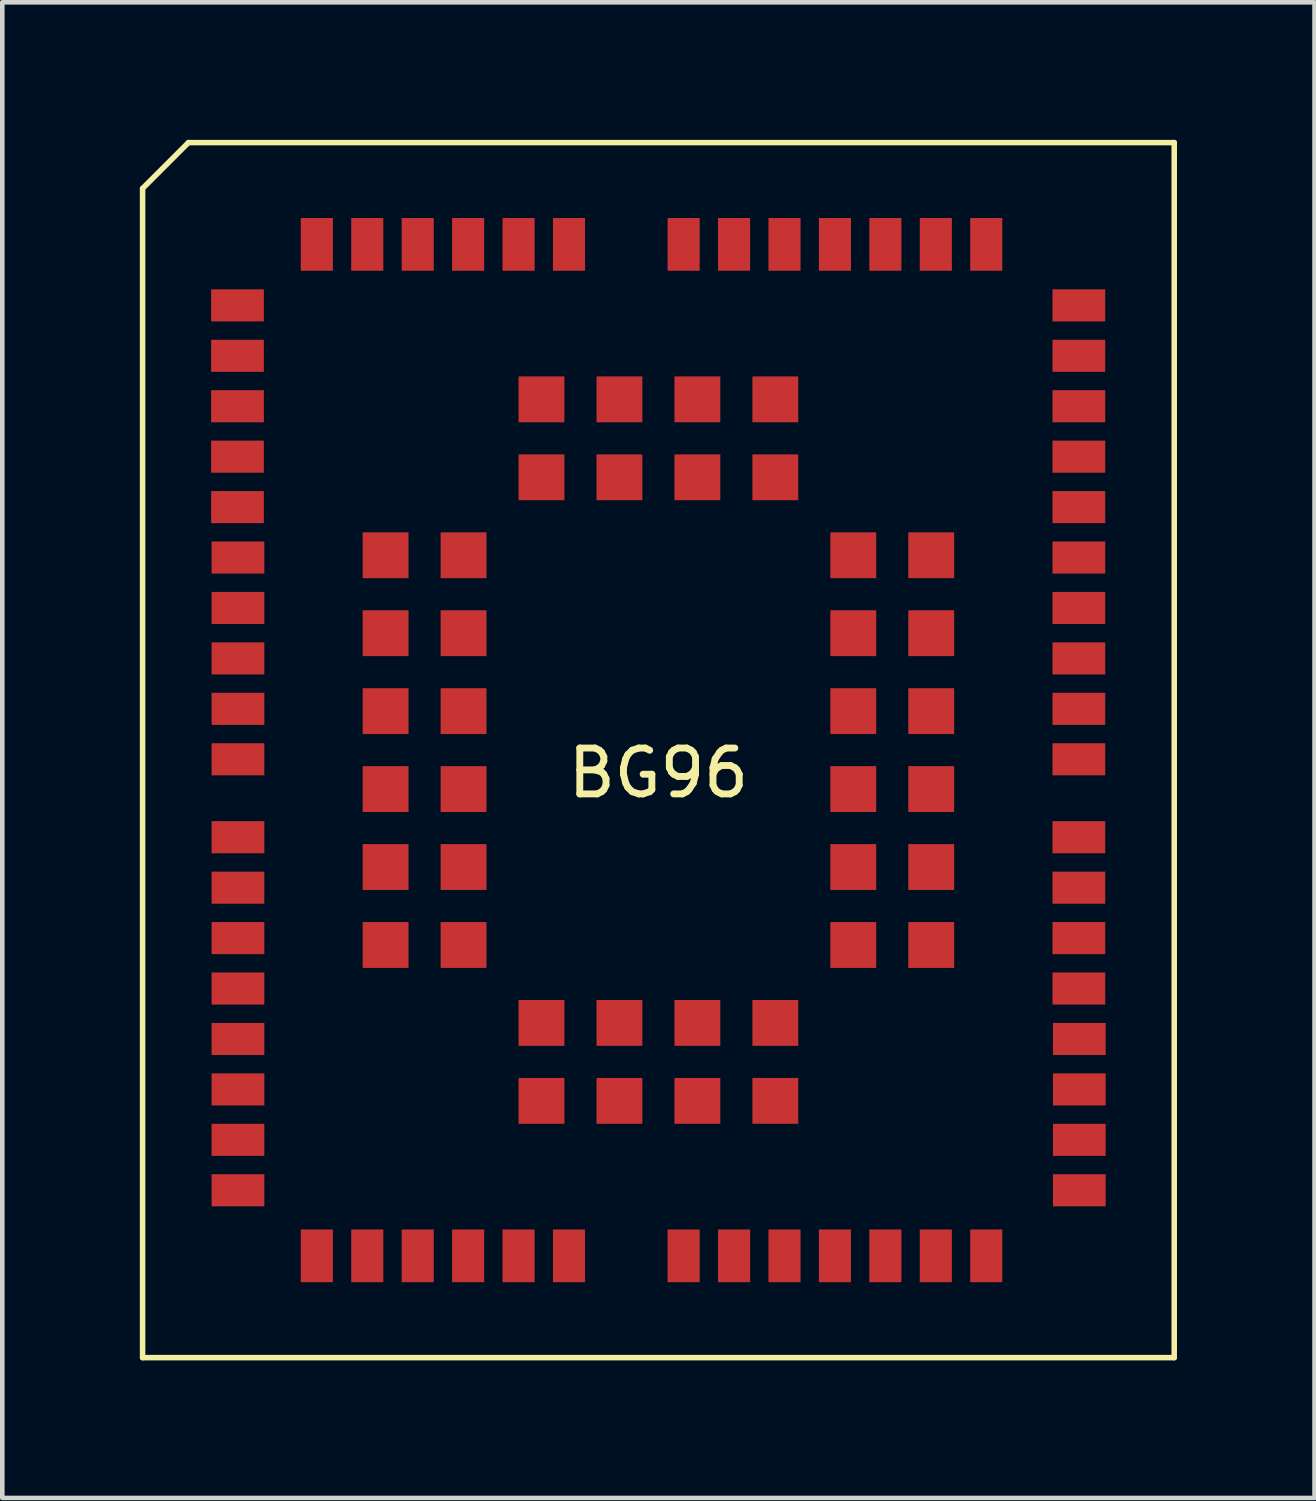
<source format=kicad_pcb>
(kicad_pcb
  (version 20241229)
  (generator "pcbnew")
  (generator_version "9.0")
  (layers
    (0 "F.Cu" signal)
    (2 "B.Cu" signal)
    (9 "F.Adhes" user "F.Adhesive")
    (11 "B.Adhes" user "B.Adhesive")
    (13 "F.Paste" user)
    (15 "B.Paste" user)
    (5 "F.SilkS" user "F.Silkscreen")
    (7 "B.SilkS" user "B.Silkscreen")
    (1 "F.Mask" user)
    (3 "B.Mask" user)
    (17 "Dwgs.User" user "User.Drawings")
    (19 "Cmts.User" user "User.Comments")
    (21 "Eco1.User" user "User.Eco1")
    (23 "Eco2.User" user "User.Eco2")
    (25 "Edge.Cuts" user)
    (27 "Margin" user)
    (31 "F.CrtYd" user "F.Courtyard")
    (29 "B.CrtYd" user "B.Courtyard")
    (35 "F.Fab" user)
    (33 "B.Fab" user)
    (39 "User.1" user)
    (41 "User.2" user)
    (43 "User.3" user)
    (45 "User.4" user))
  (footprint "BG96"
    (layer "F.Cu")
    (at 11.31 13.31)
    (property "Reference" "BG96" (at 0 0.5 0) (layer "F.SilkS") (effects (font (size 1 1) (thickness 0.15))))
    (attr through_hole)
    (fp_line (start -11.25 13.25) (end -11.25 -12.25) (stroke (width 0.12) (type solid)) (layer "F.SilkS"))
    (fp_line (start -10.25 -13.25) (end -11.25 -12.25) (stroke (width 0.12) (type solid)) (layer "F.SilkS"))
    (fp_line (start -10.25 -13.25) (end 11.25 -13.25) (stroke (width 0.12) (type solid)) (layer "F.SilkS"))
    (fp_line (start 11.25 -13.25) (end 11.25 13.25) (stroke (width 0.12) (type solid)) (layer "F.SilkS"))
    (fp_line (start 11.25 13.25) (end -11.25 13.25) (stroke (width 0.12) (type solid)) (layer "F.SilkS"))
    (pad "1" smd rect (at -9.18 -9.7) (size 1.15 0.7) (layers "F.Cu" "F.Mask" "F.Paste"))
    (pad "2" smd rect (at -9.18 -8.6) (size 1.15 0.7) (layers "F.Cu" "F.Mask" "F.Paste"))
    (pad "3" smd rect (at -9.18 -7.5) (size 1.15 0.7) (layers "F.Cu" "F.Mask" "F.Paste"))
    (pad "4" smd rect (at -9.18 -6.4) (size 1.15 0.7) (layers "F.Cu" "F.Mask" "F.Paste"))
    (pad "5" smd rect (at -9.18 -5.3) (size 1.15 0.7) (layers "F.Cu" "F.Mask" "F.Paste"))
    (pad "6" smd rect (at -9.17 -4.2) (size 1.15 0.7) (layers "F.Cu" "F.Mask" "F.Paste"))
    (pad "7" smd rect (at -9.17 -3.1) (size 1.15 0.7) (layers "F.Cu" "F.Mask" "F.Paste"))
    (pad "8" smd rect (at -9.17 -2) (size 1.15 0.7) (layers "F.Cu" "F.Mask" "F.Paste"))
    (pad "9" smd rect (at -9.17 -0.9) (size 1.15 0.7) (layers "F.Cu" "F.Mask" "F.Paste"))
    (pad "10" smd rect (at -9.17 0.2) (size 1.15 0.7) (layers "F.Cu" "F.Mask" "F.Paste"))
    (pad "11" smd rect (at -9.17 1.9) (size 1.15 0.7) (layers "F.Cu" "F.Mask" "F.Paste"))
    (pad "12" smd rect (at -9.17 3) (size 1.15 0.7) (layers "F.Cu" "F.Mask" "F.Paste"))
    (pad "13" smd rect (at -9.17 4.1) (size 1.15 0.7) (layers "F.Cu" "F.Mask" "F.Paste"))
    (pad "14" smd rect (at -9.17 5.2) (size 1.15 0.7) (layers "F.Cu" "F.Mask" "F.Paste"))
    (pad "15" smd rect (at -9.17 6.3) (size 1.15 0.7) (layers "F.Cu" "F.Mask" "F.Paste"))
    (pad "16" smd rect (at -9.17 7.4) (size 1.15 0.7) (layers "F.Cu" "F.Mask" "F.Paste"))
    (pad "17" smd rect (at -9.17 8.5) (size 1.15 0.7) (layers "F.Cu" "F.Mask" "F.Paste"))
    (pad "18" smd rect (at -9.17 9.6) (size 1.15 0.7) (layers "F.Cu" "F.Mask" "F.Paste"))
    (pad "19" smd rect (at -7.45 11.03 90) (size 1.15 0.7) (layers "F.Cu" "F.Mask" "F.Paste"))
    (pad "20" smd rect (at -6.35 11.03 90) (size 1.15 0.7) (layers "F.Cu" "F.Mask" "F.Paste"))
    (pad "21" smd rect (at -5.25 11.03 90) (size 1.15 0.7) (layers "F.Cu" "F.Mask" "F.Paste"))
    (pad "22" smd rect (at -4.15 11.03 90) (size 1.15 0.7) (layers "F.Cu" "F.Mask" "F.Paste"))
    (pad "23" smd rect (at -3.05 11.03 90) (size 1.15 0.7) (layers "F.Cu" "F.Mask" "F.Paste"))
    (pad "24" smd rect (at -1.95 11.03 90) (size 1.15 0.7) (layers "F.Cu" "F.Mask" "F.Paste"))
    (pad "25" smd rect (at 0.55 11.03 90) (size 1.15 0.7) (layers "F.Cu" "F.Mask" "F.Paste"))
    (pad "26" smd rect (at 1.65 11.03 90) (size 1.15 0.7) (layers "F.Cu" "F.Mask" "F.Paste"))
    (pad "27" smd rect (at 2.75 11.03 90) (size 1.15 0.7) (layers "F.Cu" "F.Mask" "F.Paste"))
    (pad "28" smd rect (at 3.85 11.03 90) (size 1.15 0.7) (layers "F.Cu" "F.Mask" "F.Paste"))
    (pad "29" smd rect (at 4.95 11.03 90) (size 1.15 0.7) (layers "F.Cu" "F.Mask" "F.Paste"))
    (pad "30" smd rect (at 6.05 11.03 90) (size 1.15 0.7) (layers "F.Cu" "F.Mask" "F.Paste"))
    (pad "31" smd rect (at 7.15 11.03 90) (size 1.15 0.7) (layers "F.Cu" "F.Mask" "F.Paste"))
    (pad "32" smd rect (at 9.18 9.6 180) (size 1.15 0.7) (layers "F.Cu" "F.Mask" "F.Paste"))
    (pad "33" smd rect (at 9.18 8.5 180) (size 1.15 0.7) (layers "F.Cu" "F.Mask" "F.Paste"))
    (pad "34" smd rect (at 9.18 7.4 180) (size 1.15 0.7) (layers "F.Cu" "F.Mask" "F.Paste"))
    (pad "35" smd rect (at 9.18 6.3 180) (size 1.15 0.7) (layers "F.Cu" "F.Mask" "F.Paste"))
    (pad "36" smd rect (at 9.17 5.2 180) (size 1.15 0.7) (layers "F.Cu" "F.Mask" "F.Paste"))
    (pad "37" smd rect (at 9.17 4.1 180) (size 1.15 0.7) (layers "F.Cu" "F.Mask" "F.Paste"))
    (pad "38" smd rect (at 9.17 3 180) (size 1.15 0.7) (layers "F.Cu" "F.Mask" "F.Paste"))
    (pad "39" smd rect (at 9.17 1.9 180) (size 1.15 0.7) (layers "F.Cu" "F.Mask" "F.Paste"))
    (pad "40" smd rect (at 9.17 0.2 180) (size 1.15 0.7) (layers "F.Cu" "F.Mask" "F.Paste"))
    (pad "41" smd rect (at 9.17 -0.9 180) (size 1.15 0.7) (layers "F.Cu" "F.Mask" "F.Paste"))
    (pad "42" smd rect (at 9.17 -2 180) (size 1.15 0.7) (layers "F.Cu" "F.Mask" "F.Paste"))
    (pad "43" smd rect (at 9.17 -3.1 180) (size 1.15 0.7) (layers "F.Cu" "F.Mask" "F.Paste"))
    (pad "44" smd rect (at 9.17 -4.2 180) (size 1.15 0.7) (layers "F.Cu" "F.Mask" "F.Paste"))
    (pad "45" smd rect (at 9.17 -5.3 180) (size 1.15 0.7) (layers "F.Cu" "F.Mask" "F.Paste"))
    (pad "46" smd rect (at 9.17 -6.4 180) (size 1.15 0.7) (layers "F.Cu" "F.Mask" "F.Paste"))
    (pad "47" smd rect (at 9.17 -7.5 180) (size 1.15 0.7) (layers "F.Cu" "F.Mask" "F.Paste"))
    (pad "48" smd rect (at 9.17 -8.6 180) (size 1.15 0.7) (layers "F.Cu" "F.Mask" "F.Paste"))
    (pad "49" smd rect (at 9.17 -9.7 180) (size 1.15 0.7) (layers "F.Cu" "F.Mask" "F.Paste"))
    (pad "50" smd rect (at 7.15 -11.03 270) (size 1.15 0.7) (layers "F.Cu" "F.Mask" "F.Paste"))
    (pad "51" smd rect (at 6.05 -11.03 270) (size 1.15 0.7) (layers "F.Cu" "F.Mask" "F.Paste"))
    (pad "52" smd rect (at 4.95 -11.03 270) (size 1.15 0.7) (layers "F.Cu" "F.Mask" "F.Paste"))
    (pad "53" smd rect (at 3.85 -11.03 270) (size 1.15 0.7) (layers "F.Cu" "F.Mask" "F.Paste"))
    (pad "54" smd rect (at 2.75 -11.03 270) (size 1.15 0.7) (layers "F.Cu" "F.Mask" "F.Paste"))
    (pad "55" smd rect (at 1.65 -11.03 270) (size 1.15 0.7) (layers "F.Cu" "F.Mask" "F.Paste"))
    (pad "56" smd rect (at 0.55 -11.03 270) (size 1.15 0.7) (layers "F.Cu" "F.Mask" "F.Paste"))
    (pad "57" smd rect (at -1.95 -11.03 270) (size 1.15 0.7) (layers "F.Cu" "F.Mask" "F.Paste"))
    (pad "58" smd rect (at -3.05 -11.03 270) (size 1.15 0.7) (layers "F.Cu" "F.Mask" "F.Paste"))
    (pad "59" smd rect (at -4.15 -11.03 270) (size 1.15 0.7) (layers "F.Cu" "F.Mask" "F.Paste"))
    (pad "60" smd rect (at -5.25 -11.03 270) (size 1.15 0.7) (layers "F.Cu" "F.Mask" "F.Paste"))
    (pad "61" smd rect (at -6.35 -11.03 270) (size 1.15 0.7) (layers "F.Cu" "F.Mask" "F.Paste"))
    (pad "62" smd rect (at -7.45 -11.03 270) (size 1.15 0.7) (layers "F.Cu" "F.Mask" "F.Paste"))
    (pad "63" smd rect (at -5.95 -4.25 270) (size 1 1) (layers "F.Cu" "F.Mask" "F.Paste"))
    (pad "64" smd rect (at -5.95 -2.55 270) (size 1 1) (layers "F.Cu" "F.Mask" "F.Paste"))
    (pad "65" smd rect (at -5.95 -0.85 270) (size 1 1) (layers "F.Cu" "F.Mask" "F.Paste"))
    (pad "66" smd rect (at -5.95 0.85 270) (size 1 1) (layers "F.Cu" "F.Mask" "F.Paste"))
    (pad "67" smd rect (at -5.95 2.55 270) (size 1 1) (layers "F.Cu" "F.Mask" "F.Paste"))
    (pad "68" smd rect (at -5.95 4.25 270) (size 1 1) (layers "F.Cu" "F.Mask" "F.Paste"))
    (pad "69" smd rect (at -2.55 7.65 270) (size 1 1) (layers "F.Cu" "F.Mask" "F.Paste"))
    (pad "70" smd rect (at -0.85 7.65 270) (size 1 1) (layers "F.Cu" "F.Mask" "F.Paste"))
    (pad "71" smd rect (at 0.85 7.65 270) (size 1 1) (layers "F.Cu" "F.Mask" "F.Paste"))
    (pad "72" smd rect (at 2.55 7.65 270) (size 1 1) (layers "F.Cu" "F.Mask" "F.Paste"))
    (pad "73" smd rect (at 5.95 4.25 270) (size 1 1) (layers "F.Cu" "F.Mask" "F.Paste"))
    (pad "74" smd rect (at 5.95 2.55 270) (size 1 1) (layers "F.Cu" "F.Mask" "F.Paste"))
    (pad "75" smd rect (at 5.95 0.85 270) (size 1 1) (layers "F.Cu" "F.Mask" "F.Paste"))
    (pad "76" smd rect (at 5.95 -0.85 270) (size 1 1) (layers "F.Cu" "F.Mask" "F.Paste"))
    (pad "77" smd rect (at 5.95 -2.55 270) (size 1 1) (layers "F.Cu" "F.Mask" "F.Paste"))
    (pad "78" smd rect (at 5.95 -4.25 270) (size 1 1) (layers "F.Cu" "F.Mask" "F.Paste"))
    (pad "79" smd rect (at 2.55 -7.65 270) (size 1 1) (layers "F.Cu" "F.Mask" "F.Paste"))
    (pad "80" smd rect (at 0.85 -7.65 270) (size 1 1) (layers "F.Cu" "F.Mask" "F.Paste"))
    (pad "81" smd rect (at -0.85 -7.65 270) (size 1 1) (layers "F.Cu" "F.Mask" "F.Paste"))
    (pad "82" smd rect (at -2.55 -7.65 270) (size 1 1) (layers "F.Cu" "F.Mask" "F.Paste"))
    (pad "83" smd rect (at -4.25 -4.25 270) (size 1 1) (layers "F.Cu" "F.Mask" "F.Paste"))
    (pad "84" smd rect (at -4.25 -2.55 270) (size 1 1) (layers "F.Cu" "F.Mask" "F.Paste"))
    (pad "85" smd rect (at -4.25 -0.85 270) (size 1 1) (layers "F.Cu" "F.Mask" "F.Paste"))
    (pad "86" smd rect (at -4.25 0.85 270) (size 1 1) (layers "F.Cu" "F.Mask" "F.Paste"))
    (pad "87" smd rect (at -4.25 2.55 270) (size 1 1) (layers "F.Cu" "F.Mask" "F.Paste"))
    (pad "88" smd rect (at -4.25 4.25 270) (size 1 1) (layers "F.Cu" "F.Mask" "F.Paste"))
    (pad "89" smd rect (at -2.55 5.95 270) (size 1 1) (layers "F.Cu" "F.Mask" "F.Paste"))
    (pad "90" smd rect (at -0.85 5.95 270) (size 1 1) (layers "F.Cu" "F.Mask" "F.Paste"))
    (pad "91" smd rect (at 0.85 5.95 270) (size 1 1) (layers "F.Cu" "F.Mask" "F.Paste"))
    (pad "92" smd rect (at 2.55 5.95 270) (size 1 1) (layers "F.Cu" "F.Mask" "F.Paste"))
    (pad "93" smd rect (at 4.25 4.25 270) (size 1 1) (layers "F.Cu" "F.Mask" "F.Paste"))
    (pad "94" smd rect (at 4.25 2.55 270) (size 1 1) (layers "F.Cu" "F.Mask" "F.Paste"))
    (pad "95" smd rect (at 4.25 0.85 270) (size 1 1) (layers "F.Cu" "F.Mask" "F.Paste"))
    (pad "96" smd rect (at 4.25 -0.85 270) (size 1 1) (layers "F.Cu" "F.Mask" "F.Paste"))
    (pad "97" smd rect (at 4.25 -2.55 270) (size 1 1) (layers "F.Cu" "F.Mask" "F.Paste"))
    (pad "98" smd rect (at 4.25 -4.25 270) (size 1 1) (layers "F.Cu" "F.Mask" "F.Paste"))
    (pad "99" smd rect (at 2.55 -5.95 270) (size 1 1) (layers "F.Cu" "F.Mask" "F.Paste"))
    (pad "100" smd rect (at 0.85 -5.95 270) (size 1 1) (layers "F.Cu" "F.Mask" "F.Paste"))
    (pad "101" smd rect (at -0.85 -5.95 270) (size 1 1) (layers "F.Cu" "F.Mask" "F.Paste"))
    (pad "102" smd rect (at -2.55 -5.95 270) (size 1 1) (layers "F.Cu" "F.Mask" "F.Paste")))
  (gr_rect
    (start -3 -3)
    (end 25.62 29.62)
    (stroke (width 0.1) (type default))
    (fill no)
    (layer "Edge.Cuts")))
</source>
